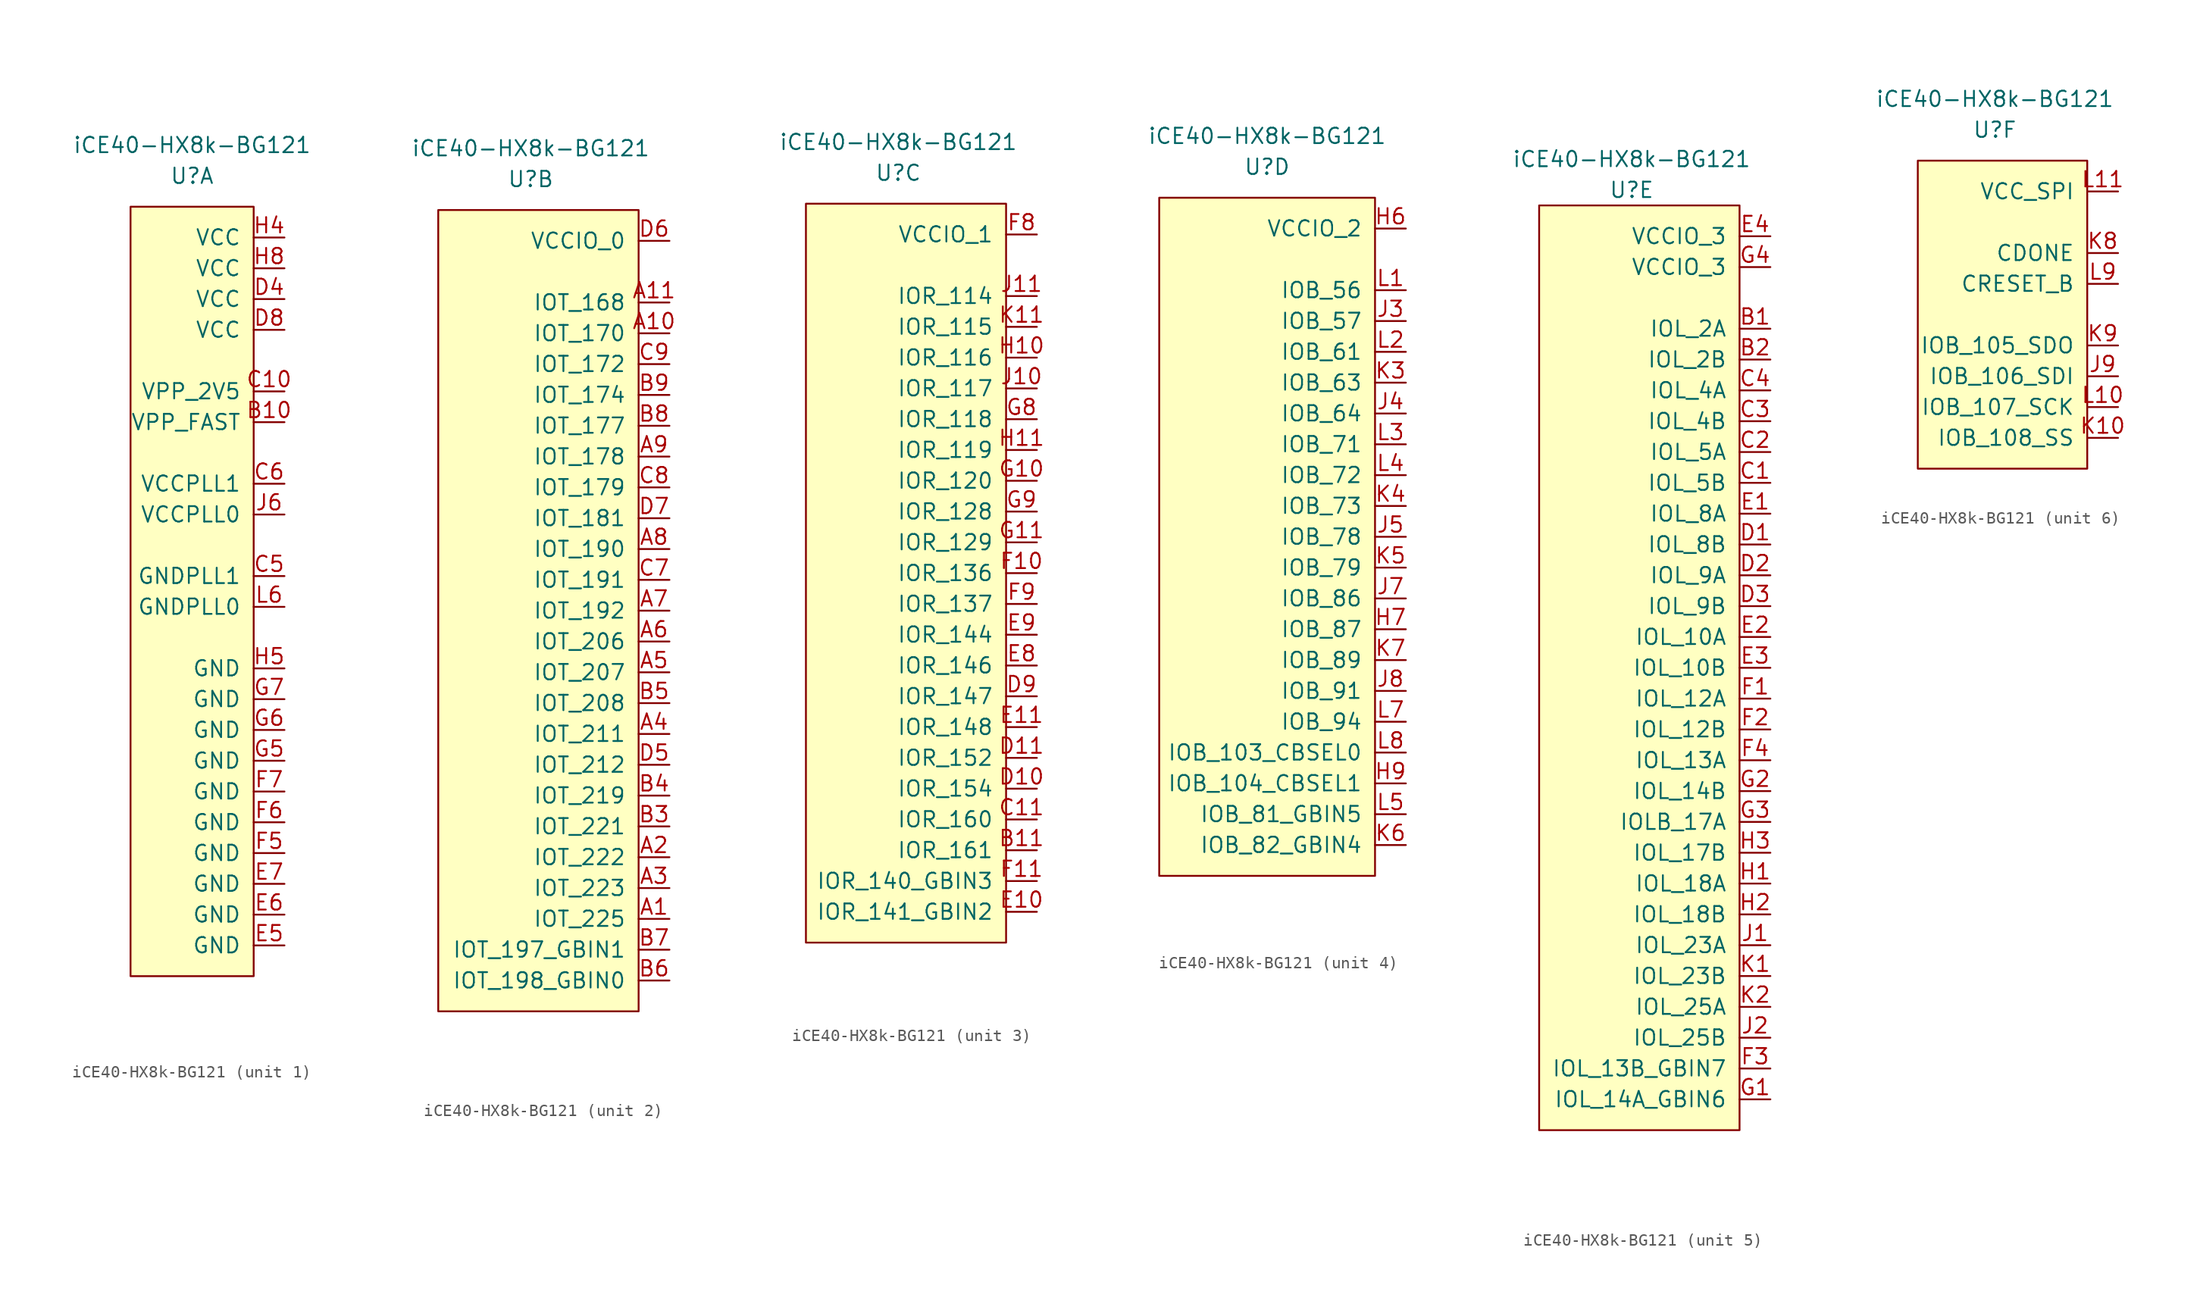
<source format=kicad_sym>
(kicad_symbol_lib
  (version 20201005)
  (generator kicad_symbol_editor)
  (symbol "riscboy:iCE40-HX8k-BG121"
    (pin_names
      (offset 1.016))
    (property "Reference" "U"
      (at 0 10.16 0)
      (effects (font (size 1.27 1.27))))
    (property "Value" "iCE40-HX8k-BG121"
      (at 0 12.7 0)
      (effects (font (size 1.27 1.27))))
    (property "ki_locked" ""
      (at 0 0 0)
      (effects (font (size 1.27 1.27))))
    (symbol "iCE40-HX8k-BG121_1_1"
      (rectangle (start -5.08 7.62) (end 5.08 -55.88) (stroke (width 0)) (fill (type background)))
      (pin passive line (at 7.62 -10.16 180) (length 2.54) (name "VPP_FAST" (effects (font (size 1.27 1.27)))) (number "B10" (effects (font (size 1.27 1.27)))))
      (pin power_in line (at 7.62 -7.62 180) (length 2.54) (name "VPP_2V5" (effects (font (size 1.27 1.27)))) (number "C10" (effects (font (size 1.27 1.27)))))
      (pin passive line (at 7.62 -22.86 180) (length 2.54) (name "GNDPLL1" (effects (font (size 1.27 1.27)))) (number "C5" (effects (font (size 1.27 1.27)))))
      (pin power_in line (at 7.62 -15.24 180) (length 2.54) (name "VCCPLL1" (effects (font (size 1.27 1.27)))) (number "C6" (effects (font (size 1.27 1.27)))))
      (pin power_in line (at 7.62 0 180) (length 2.54) (name "VCC" (effects (font (size 1.27 1.27)))) (number "D4" (effects (font (size 1.27 1.27)))))
      (pin power_in line (at 7.62 -2.54 180) (length 2.54) (name "VCC" (effects (font (size 1.27 1.27)))) (number "D8" (effects (font (size 1.27 1.27)))))
      (pin passive line (at 7.62 -53.34 180) (length 2.54) (name "GND" (effects (font (size 1.27 1.27)))) (number "E5" (effects (font (size 1.27 1.27)))))
      (pin passive line (at 7.62 -50.8 180) (length 2.54) (name "GND" (effects (font (size 1.27 1.27)))) (number "E6" (effects (font (size 1.27 1.27)))))
      (pin passive line (at 7.62 -48.26 180) (length 2.54) (name "GND" (effects (font (size 1.27 1.27)))) (number "E7" (effects (font (size 1.27 1.27)))))
      (pin passive line (at 7.62 -45.72 180) (length 2.54) (name "GND" (effects (font (size 1.27 1.27)))) (number "F5" (effects (font (size 1.27 1.27)))))
      (pin passive line (at 7.62 -43.18 180) (length 2.54) (name "GND" (effects (font (size 1.27 1.27)))) (number "F6" (effects (font (size 1.27 1.27)))))
      (pin passive line (at 7.62 -40.64 180) (length 2.54) (name "GND" (effects (font (size 1.27 1.27)))) (number "F7" (effects (font (size 1.27 1.27)))))
      (pin passive line (at 7.62 -38.1 180) (length 2.54) (name "GND" (effects (font (size 1.27 1.27)))) (number "G5" (effects (font (size 1.27 1.27)))))
      (pin passive line (at 7.62 -35.56 180) (length 2.54) (name "GND" (effects (font (size 1.27 1.27)))) (number "G6" (effects (font (size 1.27 1.27)))))
      (pin passive line (at 7.62 -33.02 180) (length 2.54) (name "GND" (effects (font (size 1.27 1.27)))) (number "G7" (effects (font (size 1.27 1.27)))))
      (pin power_in line (at 7.62 5.08 180) (length 2.54) (name "VCC" (effects (font (size 1.27 1.27)))) (number "H4" (effects (font (size 1.27 1.27)))))
      (pin passive line (at 7.62 -30.48 180) (length 2.54) (name "GND" (effects (font (size 1.27 1.27)))) (number "H5" (effects (font (size 1.27 1.27)))))
      (pin power_in line (at 7.62 2.54 180) (length 2.54) (name "VCC" (effects (font (size 1.27 1.27)))) (number "H8" (effects (font (size 1.27 1.27)))))
      (pin power_in line (at 7.62 -17.78 180) (length 2.54) (name "VCCPLL0" (effects (font (size 1.27 1.27)))) (number "J6" (effects (font (size 1.27 1.27)))))
      (pin passive line (at 7.62 -25.4 180) (length 2.54) (name "GNDPLL0" (effects (font (size 1.27 1.27)))) (number "L6" (effects (font (size 1.27 1.27))))))
    (symbol "iCE40-HX8k-BG121_2_1"
      (rectangle (start -7.62 7.62) (end 8.89 -58.42) (stroke (width 0)) (fill (type background)))
      (pin bidirectional line (at 11.43 -50.8 180) (length 2.54) (name "IOT_225" (effects (font (size 1.27 1.27)))) (number "A1" (effects (font (size 1.27 1.27)))))
      (pin bidirectional line (at 11.43 -2.54 180) (length 2.54) (name "IOT_170" (effects (font (size 1.27 1.27)))) (number "A10" (effects (font (size 1.27 1.27)))))
      (pin bidirectional line (at 11.43 0 180) (length 2.54) (name "IOT_168" (effects (font (size 1.27 1.27)))) (number "A11" (effects (font (size 1.27 1.27)))))
      (pin bidirectional line (at 11.43 -45.72 180) (length 2.54) (name "IOT_222" (effects (font (size 1.27 1.27)))) (number "A2" (effects (font (size 1.27 1.27)))))
      (pin bidirectional line (at 11.43 -48.26 180) (length 2.54) (name "IOT_223" (effects (font (size 1.27 1.27)))) (number "A3" (effects (font (size 1.27 1.27)))))
      (pin bidirectional line (at 11.43 -35.56 180) (length 2.54) (name "IOT_211" (effects (font (size 1.27 1.27)))) (number "A4" (effects (font (size 1.27 1.27)))))
      (pin bidirectional line (at 11.43 -30.48 180) (length 2.54) (name "IOT_207" (effects (font (size 1.27 1.27)))) (number "A5" (effects (font (size 1.27 1.27)))))
      (pin bidirectional line (at 11.43 -27.94 180) (length 2.54) (name "IOT_206" (effects (font (size 1.27 1.27)))) (number "A6" (effects (font (size 1.27 1.27)))))
      (pin bidirectional line (at 11.43 -25.4 180) (length 2.54) (name "IOT_192" (effects (font (size 1.27 1.27)))) (number "A7" (effects (font (size 1.27 1.27)))))
      (pin bidirectional line (at 11.43 -20.32 180) (length 2.54) (name "IOT_190" (effects (font (size 1.27 1.27)))) (number "A8" (effects (font (size 1.27 1.27)))))
      (pin bidirectional line (at 11.43 -12.7 180) (length 2.54) (name "IOT_178" (effects (font (size 1.27 1.27)))) (number "A9" (effects (font (size 1.27 1.27)))))
      (pin bidirectional line (at 11.43 -43.18 180) (length 2.54) (name "IOT_221" (effects (font (size 1.27 1.27)))) (number "B3" (effects (font (size 1.27 1.27)))))
      (pin bidirectional line (at 11.43 -40.64 180) (length 2.54) (name "IOT_219" (effects (font (size 1.27 1.27)))) (number "B4" (effects (font (size 1.27 1.27)))))
      (pin bidirectional line (at 11.43 -33.02 180) (length 2.54) (name "IOT_208" (effects (font (size 1.27 1.27)))) (number "B5" (effects (font (size 1.27 1.27)))))
      (pin bidirectional line (at 11.43 -55.88 180) (length 2.54) (name "IOT_198_GBIN0" (effects (font (size 1.27 1.27)))) (number "B6" (effects (font (size 1.27 1.27)))))
      (pin bidirectional line (at 11.43 -53.34 180) (length 2.54) (name "IOT_197_GBIN1" (effects (font (size 1.27 1.27)))) (number "B7" (effects (font (size 1.27 1.27)))))
      (pin bidirectional line (at 11.43 -10.16 180) (length 2.54) (name "IOT_177" (effects (font (size 1.27 1.27)))) (number "B8" (effects (font (size 1.27 1.27)))))
      (pin bidirectional line (at 11.43 -7.62 180) (length 2.54) (name "IOT_174" (effects (font (size 1.27 1.27)))) (number "B9" (effects (font (size 1.27 1.27)))))
      (pin bidirectional line (at 11.43 -22.86 180) (length 2.54) (name "IOT_191" (effects (font (size 1.27 1.27)))) (number "C7" (effects (font (size 1.27 1.27)))))
      (pin bidirectional line (at 11.43 -15.24 180) (length 2.54) (name "IOT_179" (effects (font (size 1.27 1.27)))) (number "C8" (effects (font (size 1.27 1.27)))))
      (pin bidirectional line (at 11.43 -5.08 180) (length 2.54) (name "IOT_172" (effects (font (size 1.27 1.27)))) (number "C9" (effects (font (size 1.27 1.27)))))
      (pin bidirectional line (at 11.43 -38.1 180) (length 2.54) (name "IOT_212" (effects (font (size 1.27 1.27)))) (number "D5" (effects (font (size 1.27 1.27)))))
      (pin power_in line (at 11.43 5.08 180) (length 2.54) (name "VCCIO_0" (effects (font (size 1.27 1.27)))) (number "D6" (effects (font (size 1.27 1.27)))))
      (pin bidirectional line (at 11.43 -17.78 180) (length 2.54) (name "IOT_181" (effects (font (size 1.27 1.27)))) (number "D7" (effects (font (size 1.27 1.27))))))
    (symbol "iCE40-HX8k-BG121_3_1"
      (rectangle (start -7.62 7.62) (end 8.89 -53.34) (stroke (width 0)) (fill (type background)))
      (pin bidirectional line (at 11.43 -45.72 180) (length 2.54) (name "IOR_161" (effects (font (size 1.27 1.27)))) (number "B11" (effects (font (size 1.27 1.27)))))
      (pin bidirectional line (at 11.43 -43.18 180) (length 2.54) (name "IOR_160" (effects (font (size 1.27 1.27)))) (number "C11" (effects (font (size 1.27 1.27)))))
      (pin bidirectional line (at 11.43 -40.64 180) (length 2.54) (name "IOR_154" (effects (font (size 1.27 1.27)))) (number "D10" (effects (font (size 1.27 1.27)))))
      (pin bidirectional line (at 11.43 -38.1 180) (length 2.54) (name "IOR_152" (effects (font (size 1.27 1.27)))) (number "D11" (effects (font (size 1.27 1.27)))))
      (pin bidirectional line (at 11.43 -33.02 180) (length 2.54) (name "IOR_147" (effects (font (size 1.27 1.27)))) (number "D9" (effects (font (size 1.27 1.27)))))
      (pin bidirectional line (at 11.43 -50.8 180) (length 2.54) (name "IOR_141_GBIN2" (effects (font (size 1.27 1.27)))) (number "E10" (effects (font (size 1.27 1.27)))))
      (pin bidirectional line (at 11.43 -35.56 180) (length 2.54) (name "IOR_148" (effects (font (size 1.27 1.27)))) (number "E11" (effects (font (size 1.27 1.27)))))
      (pin bidirectional line (at 11.43 -30.48 180) (length 2.54) (name "IOR_146" (effects (font (size 1.27 1.27)))) (number "E8" (effects (font (size 1.27 1.27)))))
      (pin bidirectional line (at 11.43 -27.94 180) (length 2.54) (name "IOR_144" (effects (font (size 1.27 1.27)))) (number "E9" (effects (font (size 1.27 1.27)))))
      (pin bidirectional line (at 11.43 -22.86 180) (length 2.54) (name "IOR_136" (effects (font (size 1.27 1.27)))) (number "F10" (effects (font (size 1.27 1.27)))))
      (pin bidirectional line (at 11.43 -48.26 180) (length 2.54) (name "IOR_140_GBIN3" (effects (font (size 1.27 1.27)))) (number "F11" (effects (font (size 1.27 1.27)))))
      (pin power_in line (at 11.43 5.08 180) (length 2.54) (name "VCCIO_1" (effects (font (size 1.27 1.27)))) (number "F8" (effects (font (size 1.27 1.27)))))
      (pin bidirectional line (at 11.43 -25.4 180) (length 2.54) (name "IOR_137" (effects (font (size 1.27 1.27)))) (number "F9" (effects (font (size 1.27 1.27)))))
      (pin bidirectional line (at 11.43 -15.24 180) (length 2.54) (name "IOR_120" (effects (font (size 1.27 1.27)))) (number "G10" (effects (font (size 1.27 1.27)))))
      (pin bidirectional line (at 11.43 -20.32 180) (length 2.54) (name "IOR_129" (effects (font (size 1.27 1.27)))) (number "G11" (effects (font (size 1.27 1.27)))))
      (pin bidirectional line (at 11.43 -10.16 180) (length 2.54) (name "IOR_118" (effects (font (size 1.27 1.27)))) (number "G8" (effects (font (size 1.27 1.27)))))
      (pin bidirectional line (at 11.43 -17.78 180) (length 2.54) (name "IOR_128" (effects (font (size 1.27 1.27)))) (number "G9" (effects (font (size 1.27 1.27)))))
      (pin bidirectional line (at 11.43 -5.08 180) (length 2.54) (name "IOR_116" (effects (font (size 1.27 1.27)))) (number "H10" (effects (font (size 1.27 1.27)))))
      (pin bidirectional line (at 11.43 -12.7 180) (length 2.54) (name "IOR_119" (effects (font (size 1.27 1.27)))) (number "H11" (effects (font (size 1.27 1.27)))))
      (pin bidirectional line (at 11.43 -7.62 180) (length 2.54) (name "IOR_117" (effects (font (size 1.27 1.27)))) (number "J10" (effects (font (size 1.27 1.27)))))
      (pin bidirectional line (at 11.43 0 180) (length 2.54) (name "IOR_114" (effects (font (size 1.27 1.27)))) (number "J11" (effects (font (size 1.27 1.27)))))
      (pin bidirectional line (at 11.43 -2.54 180) (length 2.54) (name "IOR_115" (effects (font (size 1.27 1.27)))) (number "K11" (effects (font (size 1.27 1.27))))))
    (symbol "iCE40-HX8k-BG121_4_1"
      (rectangle (start -8.89 7.62) (end 8.89 -48.26) (stroke (width 0)) (fill (type background)))
      (pin power_in line (at 11.43 5.08 180) (length 2.54) (name "VCCIO_2" (effects (font (size 1.27 1.27)))) (number "H6" (effects (font (size 1.27 1.27)))))
      (pin bidirectional line (at 11.43 -27.94 180) (length 2.54) (name "IOB_87" (effects (font (size 1.27 1.27)))) (number "H7" (effects (font (size 1.27 1.27)))))
      (pin bidirectional line (at 11.43 -40.64 180) (length 2.54) (name "IOB_104_CBSEL1" (effects (font (size 1.27 1.27)))) (number "H9" (effects (font (size 1.27 1.27)))))
      (pin bidirectional line (at 11.43 -2.54 180) (length 2.54) (name "IOB_57" (effects (font (size 1.27 1.27)))) (number "J3" (effects (font (size 1.27 1.27)))))
      (pin bidirectional line (at 11.43 -10.16 180) (length 2.54) (name "IOB_64" (effects (font (size 1.27 1.27)))) (number "J4" (effects (font (size 1.27 1.27)))))
      (pin bidirectional line (at 11.43 -20.32 180) (length 2.54) (name "IOB_78" (effects (font (size 1.27 1.27)))) (number "J5" (effects (font (size 1.27 1.27)))))
      (pin bidirectional line (at 11.43 -25.4 180) (length 2.54) (name "IOB_86" (effects (font (size 1.27 1.27)))) (number "J7" (effects (font (size 1.27 1.27)))))
      (pin bidirectional line (at 11.43 -33.02 180) (length 2.54) (name "IOB_91" (effects (font (size 1.27 1.27)))) (number "J8" (effects (font (size 1.27 1.27)))))
      (pin bidirectional line (at 11.43 -7.62 180) (length 2.54) (name "IOB_63" (effects (font (size 1.27 1.27)))) (number "K3" (effects (font (size 1.27 1.27)))))
      (pin bidirectional line (at 11.43 -17.78 180) (length 2.54) (name "IOB_73" (effects (font (size 1.27 1.27)))) (number "K4" (effects (font (size 1.27 1.27)))))
      (pin bidirectional line (at 11.43 -22.86 180) (length 2.54) (name "IOB_79" (effects (font (size 1.27 1.27)))) (number "K5" (effects (font (size 1.27 1.27)))))
      (pin bidirectional line (at 11.43 -45.72 180) (length 2.54) (name "IOB_82_GBIN4" (effects (font (size 1.27 1.27)))) (number "K6" (effects (font (size 1.27 1.27)))))
      (pin bidirectional line (at 11.43 -30.48 180) (length 2.54) (name "IOB_89" (effects (font (size 1.27 1.27)))) (number "K7" (effects (font (size 1.27 1.27)))))
      (pin bidirectional line (at 11.43 0 180) (length 2.54) (name "IOB_56" (effects (font (size 1.27 1.27)))) (number "L1" (effects (font (size 1.27 1.27)))))
      (pin bidirectional line (at 11.43 -5.08 180) (length 2.54) (name "IOB_61" (effects (font (size 1.27 1.27)))) (number "L2" (effects (font (size 1.27 1.27)))))
      (pin bidirectional line (at 11.43 -12.7 180) (length 2.54) (name "IOB_71" (effects (font (size 1.27 1.27)))) (number "L3" (effects (font (size 1.27 1.27)))))
      (pin bidirectional line (at 11.43 -15.24 180) (length 2.54) (name "IOB_72" (effects (font (size 1.27 1.27)))) (number "L4" (effects (font (size 1.27 1.27)))))
      (pin bidirectional line (at 11.43 -43.18 180) (length 2.54) (name "IOB_81_GBIN5" (effects (font (size 1.27 1.27)))) (number "L5" (effects (font (size 1.27 1.27)))))
      (pin bidirectional line (at 11.43 -35.56 180) (length 2.54) (name "IOB_94" (effects (font (size 1.27 1.27)))) (number "L7" (effects (font (size 1.27 1.27)))))
      (pin bidirectional line (at 11.43 -38.1 180) (length 2.54) (name "IOB_103_CBSEL0" (effects (font (size 1.27 1.27)))) (number "L8" (effects (font (size 1.27 1.27))))))
    (symbol "iCE40-HX8k-BG121_5_1"
      (rectangle (start -7.62 8.89) (end 8.89 -67.31) (stroke (width 0)) (fill (type background)))
      (pin bidirectional line (at 11.43 -1.27 180) (length 2.54) (name "IOL_2A" (effects (font (size 1.27 1.27)))) (number "B1" (effects (font (size 1.27 1.27)))))
      (pin bidirectional line (at 11.43 -3.81 180) (length 2.54) (name "IOL_2B" (effects (font (size 1.27 1.27)))) (number "B2" (effects (font (size 1.27 1.27)))))
      (pin bidirectional line (at 11.43 -13.97 180) (length 2.54) (name "IOL_5B" (effects (font (size 1.27 1.27)))) (number "C1" (effects (font (size 1.27 1.27)))))
      (pin bidirectional line (at 11.43 -11.43 180) (length 2.54) (name "IOL_5A" (effects (font (size 1.27 1.27)))) (number "C2" (effects (font (size 1.27 1.27)))))
      (pin bidirectional line (at 11.43 -8.89 180) (length 2.54) (name "IOL_4B" (effects (font (size 1.27 1.27)))) (number "C3" (effects (font (size 1.27 1.27)))))
      (pin bidirectional line (at 11.43 -6.35 180) (length 2.54) (name "IOL_4A" (effects (font (size 1.27 1.27)))) (number "C4" (effects (font (size 1.27 1.27)))))
      (pin bidirectional line (at 11.43 -19.05 180) (length 2.54) (name "IOL_8B" (effects (font (size 1.27 1.27)))) (number "D1" (effects (font (size 1.27 1.27)))))
      (pin bidirectional line (at 11.43 -21.59 180) (length 2.54) (name "IOL_9A" (effects (font (size 1.27 1.27)))) (number "D2" (effects (font (size 1.27 1.27)))))
      (pin bidirectional line (at 11.43 -24.13 180) (length 2.54) (name "IOL_9B" (effects (font (size 1.27 1.27)))) (number "D3" (effects (font (size 1.27 1.27)))))
      (pin bidirectional line (at 11.43 -16.51 180) (length 2.54) (name "IOL_8A" (effects (font (size 1.27 1.27)))) (number "E1" (effects (font (size 1.27 1.27)))))
      (pin bidirectional line (at 11.43 -26.67 180) (length 2.54) (name "IOL_10A" (effects (font (size 1.27 1.27)))) (number "E2" (effects (font (size 1.27 1.27)))))
      (pin bidirectional line (at 11.43 -29.21 180) (length 2.54) (name "IOL_10B" (effects (font (size 1.27 1.27)))) (number "E3" (effects (font (size 1.27 1.27)))))
      (pin power_in line (at 11.43 6.35 180) (length 2.54) (name "VCCIO_3" (effects (font (size 1.27 1.27)))) (number "E4" (effects (font (size 1.27 1.27)))))
      (pin bidirectional line (at 11.43 -31.75 180) (length 2.54) (name "IOL_12A" (effects (font (size 1.27 1.27)))) (number "F1" (effects (font (size 1.27 1.27)))))
      (pin bidirectional line (at 11.43 -34.29 180) (length 2.54) (name "IOL_12B" (effects (font (size 1.27 1.27)))) (number "F2" (effects (font (size 1.27 1.27)))))
      (pin bidirectional line (at 11.43 -62.23 180) (length 2.54) (name "IOL_13B_GBIN7" (effects (font (size 1.27 1.27)))) (number "F3" (effects (font (size 1.27 1.27)))))
      (pin bidirectional line (at 11.43 -36.83 180) (length 2.54) (name "IOL_13A" (effects (font (size 1.27 1.27)))) (number "F4" (effects (font (size 1.27 1.27)))))
      (pin bidirectional line (at 11.43 -64.77 180) (length 2.54) (name "IOL_14A_GBIN6" (effects (font (size 1.27 1.27)))) (number "G1" (effects (font (size 1.27 1.27)))))
      (pin bidirectional line (at 11.43 -39.37 180) (length 2.54) (name "IOL_14B" (effects (font (size 1.27 1.27)))) (number "G2" (effects (font (size 1.27 1.27)))))
      (pin bidirectional line (at 11.43 -41.91 180) (length 2.54) (name "IOLB_17A" (effects (font (size 1.27 1.27)))) (number "G3" (effects (font (size 1.27 1.27)))))
      (pin power_in line (at 11.43 3.81 180) (length 2.54) (name "VCCIO_3" (effects (font (size 1.27 1.27)))) (number "G4" (effects (font (size 1.27 1.27)))))
      (pin bidirectional line (at 11.43 -46.99 180) (length 2.54) (name "IOL_18A" (effects (font (size 1.27 1.27)))) (number "H1" (effects (font (size 1.27 1.27)))))
      (pin bidirectional line (at 11.43 -49.53 180) (length 2.54) (name "IOL_18B" (effects (font (size 1.27 1.27)))) (number "H2" (effects (font (size 1.27 1.27)))))
      (pin bidirectional line (at 11.43 -44.45 180) (length 2.54) (name "IOL_17B" (effects (font (size 1.27 1.27)))) (number "H3" (effects (font (size 1.27 1.27)))))
      (pin bidirectional line (at 11.43 -52.07 180) (length 2.54) (name "IOL_23A" (effects (font (size 1.27 1.27)))) (number "J1" (effects (font (size 1.27 1.27)))))
      (pin bidirectional line (at 11.43 -59.69 180) (length 2.54) (name "IOL_25B" (effects (font (size 1.27 1.27)))) (number "J2" (effects (font (size 1.27 1.27)))))
      (pin bidirectional line (at 11.43 -54.61 180) (length 2.54) (name "IOL_23B" (effects (font (size 1.27 1.27)))) (number "K1" (effects (font (size 1.27 1.27)))))
      (pin bidirectional line (at 11.43 -57.15 180) (length 2.54) (name "IOL_25A" (effects (font (size 1.27 1.27)))) (number "K2" (effects (font (size 1.27 1.27))))))
    (symbol "iCE40-HX8k-BG121_6_1"
      (rectangle (start -6.35 7.62) (end 7.62 -17.78) (stroke (width 0)) (fill (type background)))
      (pin bidirectional line (at 10.16 -10.16 180) (length 2.54) (name "IOB_106_SDI" (effects (font (size 1.27 1.27)))) (number "J9" (effects (font (size 1.27 1.27)))))
      (pin bidirectional line (at 10.16 -15.24 180) (length 2.54) (name "IOB_108_SS" (effects (font (size 1.27 1.27)))) (number "K10" (effects (font (size 1.27 1.27)))))
      (pin output line (at 10.16 0 180) (length 2.54) (name "CDONE" (effects (font (size 1.27 1.27)))) (number "K8" (effects (font (size 1.27 1.27)))))
      (pin bidirectional line (at 10.16 -7.62 180) (length 2.54) (name "IOB_105_SDO" (effects (font (size 1.27 1.27)))) (number "K9" (effects (font (size 1.27 1.27)))))
      (pin bidirectional line (at 10.16 -12.7 180) (length 2.54) (name "IOB_107_SCK" (effects (font (size 1.27 1.27)))) (number "L10" (effects (font (size 1.27 1.27)))))
      (pin power_in line (at 10.16 5.08 180) (length 2.54) (name "VCC_SPI" (effects (font (size 1.27 1.27)))) (number "L11" (effects (font (size 1.27 1.27)))))
      (pin input line (at 10.16 -2.54 180) (length 2.54) (name "CRESET_B" (effects (font (size 1.27 1.27)))) (number "L9" (effects (font (size 1.27 1.27))))))))
</source>
